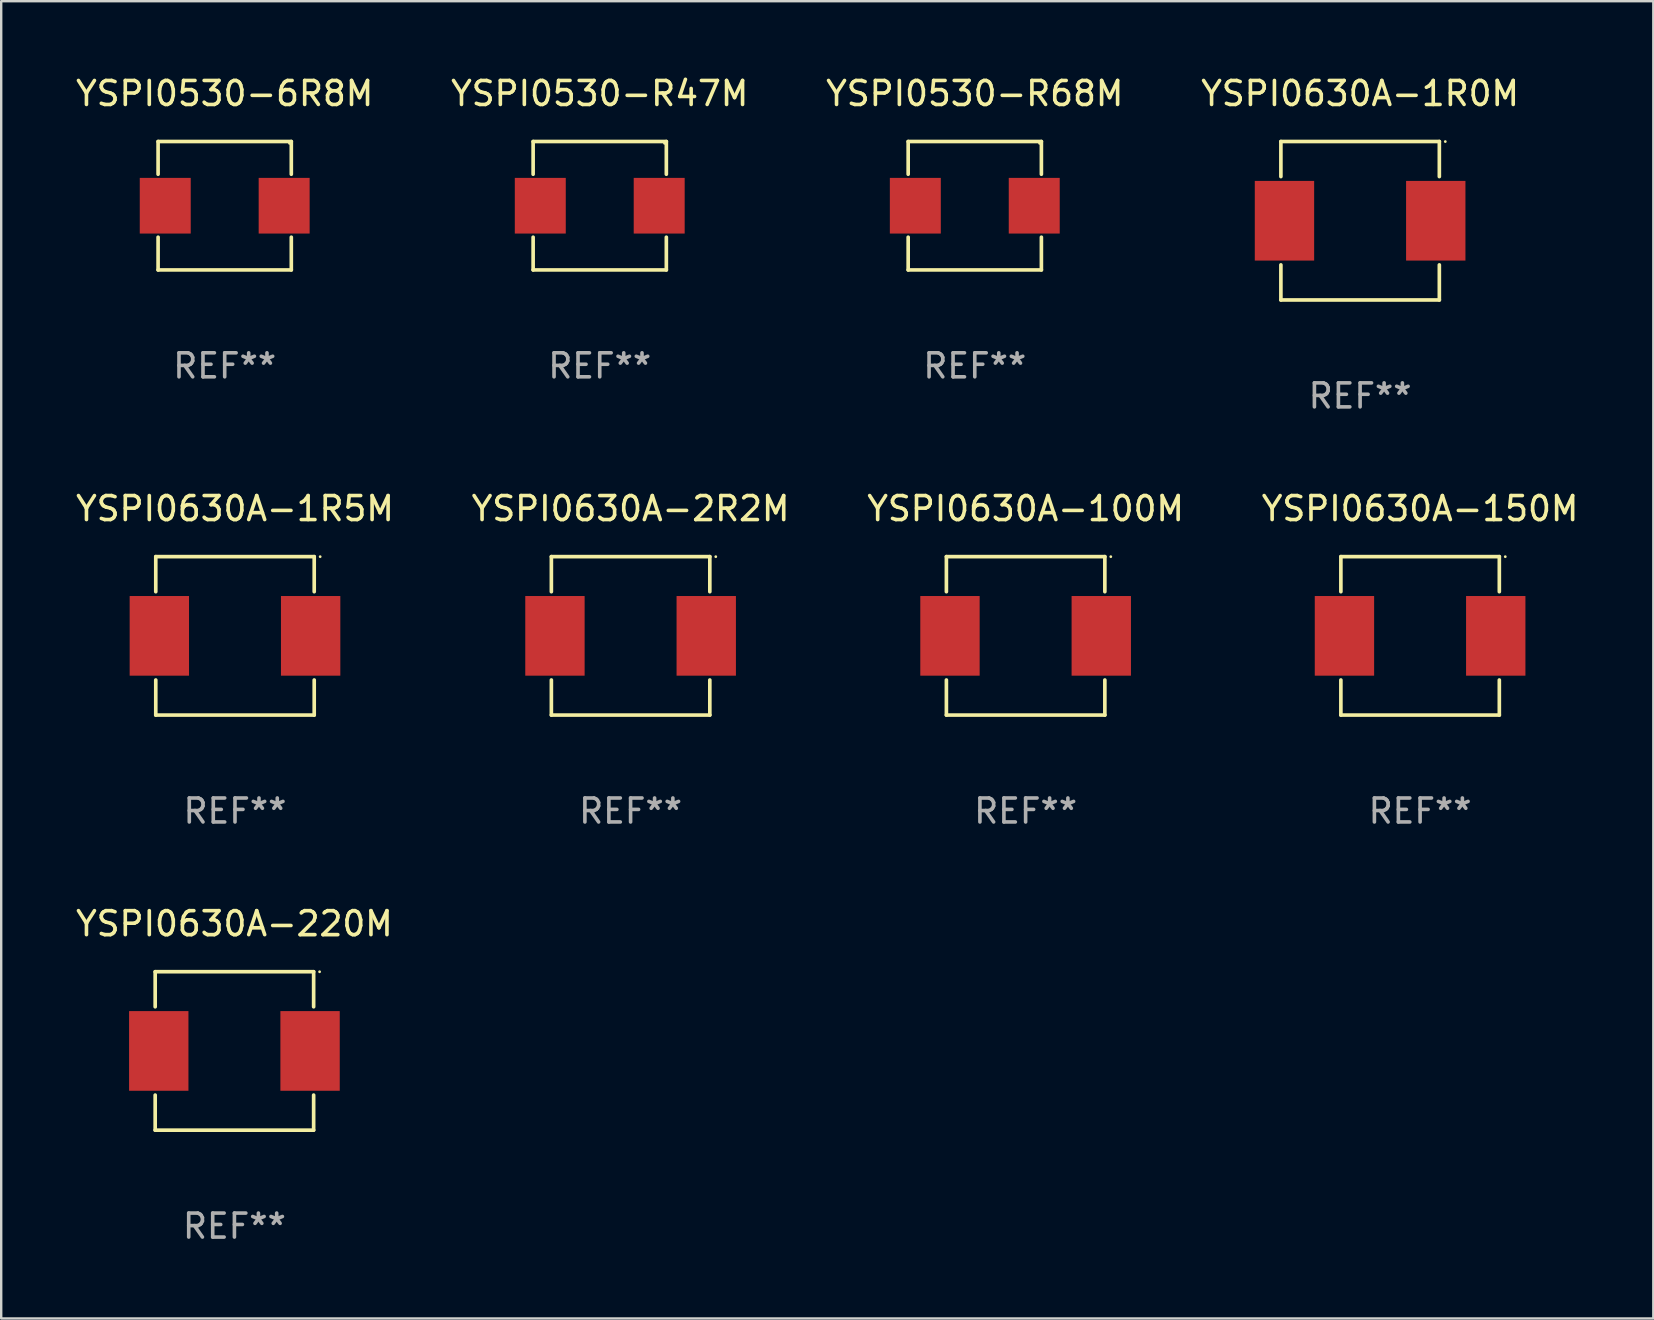
<source format=kicad_pcb>
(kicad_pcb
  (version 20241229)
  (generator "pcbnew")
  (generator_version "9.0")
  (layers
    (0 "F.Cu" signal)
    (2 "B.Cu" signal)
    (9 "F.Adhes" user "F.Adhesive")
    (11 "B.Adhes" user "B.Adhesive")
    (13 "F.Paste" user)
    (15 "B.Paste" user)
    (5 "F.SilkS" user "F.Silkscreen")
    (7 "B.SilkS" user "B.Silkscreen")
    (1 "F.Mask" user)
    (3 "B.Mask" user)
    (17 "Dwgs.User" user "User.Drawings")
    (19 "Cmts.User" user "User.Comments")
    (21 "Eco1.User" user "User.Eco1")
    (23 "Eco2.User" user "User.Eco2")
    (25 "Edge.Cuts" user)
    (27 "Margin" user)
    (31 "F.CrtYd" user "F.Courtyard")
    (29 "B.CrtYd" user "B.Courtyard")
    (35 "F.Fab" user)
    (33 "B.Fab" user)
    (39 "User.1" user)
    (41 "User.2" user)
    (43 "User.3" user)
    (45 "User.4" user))
  (footprint "YSPI0630A-1R5M"
    (layer "F.Cu")
    (at 6.744 23.451)
    (property "Reference" "YSPI0630A-1R5M" (at 0 -5.302 0) (layer "F.SilkS") (effects (font (size 1 1) (thickness 0.15))))
    (attr through_hole)
    (fp_line (start -3.302 -3.302) (end -3.302 -1.84) (stroke (width 0.152) (type solid)) (layer "F.SilkS"))
    (fp_line (start -3.302 1.84) (end -3.302 3.302) (stroke (width 0.152) (type solid)) (layer "F.SilkS"))
    (fp_line (start -3.302 3.302) (end 3.302 3.302) (stroke (width 0.152) (type solid)) (layer "F.SilkS"))
    (fp_line (start 3.302 -3.302) (end -3.302 -3.302) (stroke (width 0.152) (type solid)) (layer "F.SilkS"))
    (fp_line (start 3.302 -1.84) (end 3.302 -3.302) (stroke (width 0.152) (type solid)) (layer "F.SilkS"))
    (fp_line (start 3.302 3.302) (end 3.302 1.84) (stroke (width 0.152) (type solid)) (layer "F.SilkS"))
    (fp_circle (center 3.55 -3.3) (end 3.58 -3.3) (stroke (width 0.06) (type solid)) (fill no) (layer "F.SilkS"))
    (fp_text user "REF**" (at 0 7.302 0) (layer "F.Fab") (effects (font (size 1 1) (thickness 0.15))))
    (pad "1" smd rect (at 3.153 0) (size 2.474 3.32) (layers "F.Cu" "F.Mask" "F.Paste"))
    (pad "2" smd rect (at -3.153 0) (size 2.474 3.32) (layers "F.Cu" "F.Mask" "F.Paste")))
  (footprint "YSPI0530-R47M"
    (layer "F.Cu")
    (at 21.946 5.524)
    (property "Reference" "YSPI0530-R47M" (at 0 -4.676 0) (layer "F.SilkS") (effects (font (size 1 1) (thickness 0.15))))
    (attr through_hole)
    (fp_line (start -2.776 -2.676) (end 2.776 -2.676) (stroke (width 0.152) (type solid)) (layer "F.SilkS"))
    (fp_line (start -2.776 -1.312) (end -2.776 -2.676) (stroke (width 0.152) (type solid)) (layer "F.SilkS"))
    (fp_line (start -2.776 1.312) (end -2.776 2.676) (stroke (width 0.152) (type solid)) (layer "F.SilkS"))
    (fp_line (start -2.776 2.676) (end 2.776 2.676) (stroke (width 0.152) (type solid)) (layer "F.SilkS"))
    (fp_line (start 2.776 -2.676) (end 2.776 -1.312) (stroke (width 0.152) (type solid)) (layer "F.SilkS"))
    (fp_line (start 2.776 2.676) (end 2.776 1.312) (stroke (width 0.152) (type solid)) (layer "F.SilkS"))
    (fp_circle (center 2.7 -2.6) (end 2.73 -2.6) (stroke (width 0.06) (type solid)) (fill no) (layer "F.SilkS"))
    (fp_text user "REF**" (at 0 6.676 0) (layer "F.Fab") (effects (font (size 1 1) (thickness 0.15))))
    (pad "1" smd rect (at 2.478 0) (size 2.124 2.32) (layers "F.Cu" "F.Mask" "F.Paste"))
    (pad "2" smd rect (at -2.478 0) (size 2.124 2.32) (layers "F.Cu" "F.Mask" "F.Paste")))
  (footprint "YSPI0630A-150M"
    (layer "F.Cu")
    (at 56.137 23.451)
    (property "Reference" "YSPI0630A-150M" (at 0 -5.302 0) (layer "F.SilkS") (effects (font (size 1 1) (thickness 0.15))))
    (attr through_hole)
    (fp_line (start -3.302 -3.302) (end -3.302 -1.84) (stroke (width 0.152) (type solid)) (layer "F.SilkS"))
    (fp_line (start -3.302 1.84) (end -3.302 3.302) (stroke (width 0.152) (type solid)) (layer "F.SilkS"))
    (fp_line (start -3.302 3.302) (end 3.302 3.302) (stroke (width 0.152) (type solid)) (layer "F.SilkS"))
    (fp_line (start 3.302 -3.302) (end -3.302 -3.302) (stroke (width 0.152) (type solid)) (layer "F.SilkS"))
    (fp_line (start 3.302 -1.84) (end 3.302 -3.302) (stroke (width 0.152) (type solid)) (layer "F.SilkS"))
    (fp_line (start 3.302 3.302) (end 3.302 1.84) (stroke (width 0.152) (type solid)) (layer "F.SilkS"))
    (fp_circle (center 3.55 -3.3) (end 3.58 -3.3) (stroke (width 0.06) (type solid)) (fill no) (layer "F.SilkS"))
    (fp_text user "REF**" (at 0 7.302 0) (layer "F.Fab") (effects (font (size 1 1) (thickness 0.15))))
    (pad "1" smd rect (at 3.153 0) (size 2.474 3.32) (layers "F.Cu" "F.Mask" "F.Paste"))
    (pad "2" smd rect (at -3.153 0) (size 2.474 3.32) (layers "F.Cu" "F.Mask" "F.Paste")))
  (footprint "YSPI0530-R68M"
    (layer "F.Cu")
    (at 37.577 5.524)
    (property "Reference" "YSPI0530-R68M" (at 0 -4.676 0) (layer "F.SilkS") (effects (font (size 1 1) (thickness 0.15))))
    (attr through_hole)
    (fp_line (start -2.776 -2.676) (end 2.776 -2.676) (stroke (width 0.152) (type solid)) (layer "F.SilkS"))
    (fp_line (start -2.776 -1.312) (end -2.776 -2.676) (stroke (width 0.152) (type solid)) (layer "F.SilkS"))
    (fp_line (start -2.776 1.312) (end -2.776 2.676) (stroke (width 0.152) (type solid)) (layer "F.SilkS"))
    (fp_line (start -2.776 2.676) (end 2.776 2.676) (stroke (width 0.152) (type solid)) (layer "F.SilkS"))
    (fp_line (start 2.776 -2.676) (end 2.776 -1.312) (stroke (width 0.152) (type solid)) (layer "F.SilkS"))
    (fp_line (start 2.776 2.676) (end 2.776 1.312) (stroke (width 0.152) (type solid)) (layer "F.SilkS"))
    (fp_circle (center 2.7 -2.6) (end 2.73 -2.6) (stroke (width 0.06) (type solid)) (fill no) (layer "F.SilkS"))
    (fp_text user "REF**" (at 0 6.676 0) (layer "F.Fab") (effects (font (size 1 1) (thickness 0.15))))
    (pad "1" smd rect (at 2.478 0) (size 2.124 2.32) (layers "F.Cu" "F.Mask" "F.Paste"))
    (pad "2" smd rect (at -2.478 0) (size 2.124 2.32) (layers "F.Cu" "F.Mask" "F.Paste")))
  (footprint "YSPI0530-6R8M"
    (layer "F.Cu")
    (at 6.315 5.524)
    (property "Reference" "YSPI0530-6R8M" (at 0 -4.676 0) (layer "F.SilkS") (effects (font (size 1 1) (thickness 0.15))))
    (attr through_hole)
    (fp_line (start -2.776 -2.676) (end 2.776 -2.676) (stroke (width 0.152) (type solid)) (layer "F.SilkS"))
    (fp_line (start -2.776 -1.312) (end -2.776 -2.676) (stroke (width 0.152) (type solid)) (layer "F.SilkS"))
    (fp_line (start -2.776 1.312) (end -2.776 2.676) (stroke (width 0.152) (type solid)) (layer "F.SilkS"))
    (fp_line (start -2.776 2.676) (end 2.776 2.676) (stroke (width 0.152) (type solid)) (layer "F.SilkS"))
    (fp_line (start 2.776 -2.676) (end 2.776 -1.312) (stroke (width 0.152) (type solid)) (layer "F.SilkS"))
    (fp_line (start 2.776 2.676) (end 2.776 1.312) (stroke (width 0.152) (type solid)) (layer "F.SilkS"))
    (fp_circle (center 2.7 -2.6) (end 2.73 -2.6) (stroke (width 0.06) (type solid)) (fill no) (layer "F.SilkS"))
    (fp_text user "REF**" (at 0 6.676 0) (layer "F.Fab") (effects (font (size 1 1) (thickness 0.15))))
    (pad "1" smd rect (at 2.478 0) (size 2.124 2.32) (layers "F.Cu" "F.Mask" "F.Paste"))
    (pad "2" smd rect (at -2.478 0) (size 2.124 2.32) (layers "F.Cu" "F.Mask" "F.Paste")))
  (footprint "YSPI0630A-2R2M"
    (layer "F.Cu")
    (at 23.232 23.451)
    (property "Reference" "YSPI0630A-2R2M" (at 0 -5.302 0) (layer "F.SilkS") (effects (font (size 1 1) (thickness 0.15))))
    (attr through_hole)
    (fp_line (start -3.302 -3.302) (end -3.302 -1.84) (stroke (width 0.152) (type solid)) (layer "F.SilkS"))
    (fp_line (start -3.302 1.84) (end -3.302 3.302) (stroke (width 0.152) (type solid)) (layer "F.SilkS"))
    (fp_line (start -3.302 3.302) (end 3.302 3.302) (stroke (width 0.152) (type solid)) (layer "F.SilkS"))
    (fp_line (start 3.302 -3.302) (end -3.302 -3.302) (stroke (width 0.152) (type solid)) (layer "F.SilkS"))
    (fp_line (start 3.302 -1.84) (end 3.302 -3.302) (stroke (width 0.152) (type solid)) (layer "F.SilkS"))
    (fp_line (start 3.302 3.302) (end 3.302 1.84) (stroke (width 0.152) (type solid)) (layer "F.SilkS"))
    (fp_circle (center 3.55 -3.3) (end 3.58 -3.3) (stroke (width 0.06) (type solid)) (fill no) (layer "F.SilkS"))
    (fp_text user "REF**" (at 0 7.302 0) (layer "F.Fab") (effects (font (size 1 1) (thickness 0.15))))
    (pad "1" smd rect (at 3.153 0) (size 2.474 3.32) (layers "F.Cu" "F.Mask" "F.Paste"))
    (pad "2" smd rect (at -3.153 0) (size 2.474 3.32) (layers "F.Cu" "F.Mask" "F.Paste")))
  (footprint "YSPI0630A-1R0M"
    (layer "F.Cu")
    (at 53.637 6.15)
    (property "Reference" "YSPI0630A-1R0M" (at 0 -5.302 0) (layer "F.SilkS") (effects (font (size 1 1) (thickness 0.15))))
    (attr through_hole)
    (fp_line (start -3.302 -3.302) (end -3.302 -1.84) (stroke (width 0.152) (type solid)) (layer "F.SilkS"))
    (fp_line (start -3.302 1.84) (end -3.302 3.302) (stroke (width 0.152) (type solid)) (layer "F.SilkS"))
    (fp_line (start -3.302 3.302) (end 3.302 3.302) (stroke (width 0.152) (type solid)) (layer "F.SilkS"))
    (fp_line (start 3.302 -3.302) (end -3.302 -3.302) (stroke (width 0.152) (type solid)) (layer "F.SilkS"))
    (fp_line (start 3.302 -1.84) (end 3.302 -3.302) (stroke (width 0.152) (type solid)) (layer "F.SilkS"))
    (fp_line (start 3.302 3.302) (end 3.302 1.84) (stroke (width 0.152) (type solid)) (layer "F.SilkS"))
    (fp_circle (center 3.55 -3.3) (end 3.58 -3.3) (stroke (width 0.06) (type solid)) (fill no) (layer "F.SilkS"))
    (fp_text user "REF**" (at 0 7.302 0) (layer "F.Fab") (effects (font (size 1 1) (thickness 0.15))))
    (pad "1" smd rect (at 3.153 0) (size 2.474 3.32) (layers "F.Cu" "F.Mask" "F.Paste"))
    (pad "2" smd rect (at -3.153 0) (size 2.474 3.32) (layers "F.Cu" "F.Mask" "F.Paste")))
  (footprint "YSPI0630A-220M"
    (layer "F.Cu")
    (at 6.72 40.751)
    (property "Reference" "YSPI0630A-220M" (at 0 -5.302 0) (layer "F.SilkS") (effects (font (size 1 1) (thickness 0.15))))
    (attr through_hole)
    (fp_line (start -3.302 -3.302) (end -3.302 -1.84) (stroke (width 0.152) (type solid)) (layer "F.SilkS"))
    (fp_line (start -3.302 1.84) (end -3.302 3.302) (stroke (width 0.152) (type solid)) (layer "F.SilkS"))
    (fp_line (start -3.302 3.302) (end 3.302 3.302) (stroke (width 0.152) (type solid)) (layer "F.SilkS"))
    (fp_line (start 3.302 -3.302) (end -3.302 -3.302) (stroke (width 0.152) (type solid)) (layer "F.SilkS"))
    (fp_line (start 3.302 -1.84) (end 3.302 -3.302) (stroke (width 0.152) (type solid)) (layer "F.SilkS"))
    (fp_line (start 3.302 3.302) (end 3.302 1.84) (stroke (width 0.152) (type solid)) (layer "F.SilkS"))
    (fp_circle (center 3.55 -3.3) (end 3.58 -3.3) (stroke (width 0.06) (type solid)) (fill no) (layer "F.SilkS"))
    (fp_text user "REF**" (at 0 7.302 0) (layer "F.Fab") (effects (font (size 1 1) (thickness 0.15))))
    (pad "1" smd rect (at 3.153 0) (size 2.474 3.32) (layers "F.Cu" "F.Mask" "F.Paste"))
    (pad "2" smd rect (at -3.153 0) (size 2.474 3.32) (layers "F.Cu" "F.Mask" "F.Paste")))
  (footprint "YSPI0630A-100M"
    (layer "F.Cu")
    (at 39.696 23.451)
    (property "Reference" "YSPI0630A-100M" (at 0 -5.302 0) (layer "F.SilkS") (effects (font (size 1 1) (thickness 0.15))))
    (attr through_hole)
    (fp_line (start -3.302 -3.302) (end -3.302 -1.84) (stroke (width 0.152) (type solid)) (layer "F.SilkS"))
    (fp_line (start -3.302 1.84) (end -3.302 3.302) (stroke (width 0.152) (type solid)) (layer "F.SilkS"))
    (fp_line (start -3.302 3.302) (end 3.302 3.302) (stroke (width 0.152) (type solid)) (layer "F.SilkS"))
    (fp_line (start 3.302 -3.302) (end -3.302 -3.302) (stroke (width 0.152) (type solid)) (layer "F.SilkS"))
    (fp_line (start 3.302 -1.84) (end 3.302 -3.302) (stroke (width 0.152) (type solid)) (layer "F.SilkS"))
    (fp_line (start 3.302 3.302) (end 3.302 1.84) (stroke (width 0.152) (type solid)) (layer "F.SilkS"))
    (fp_circle (center 3.55 -3.3) (end 3.58 -3.3) (stroke (width 0.06) (type solid)) (fill no) (layer "F.SilkS"))
    (fp_text user "REF**" (at 0 7.302 0) (layer "F.Fab") (effects (font (size 1 1) (thickness 0.15))))
    (pad "1" smd rect (at 3.153 0) (size 2.474 3.32) (layers "F.Cu" "F.Mask" "F.Paste"))
    (pad "2" smd rect (at -3.153 0) (size 2.474 3.32) (layers "F.Cu" "F.Mask" "F.Paste")))
  (gr_rect
    (start -3 -3)
    (end 65.857 51.902)
    (stroke (width 0.1) (type default))
    (fill no)
    (layer "Edge.Cuts")))
</source>
